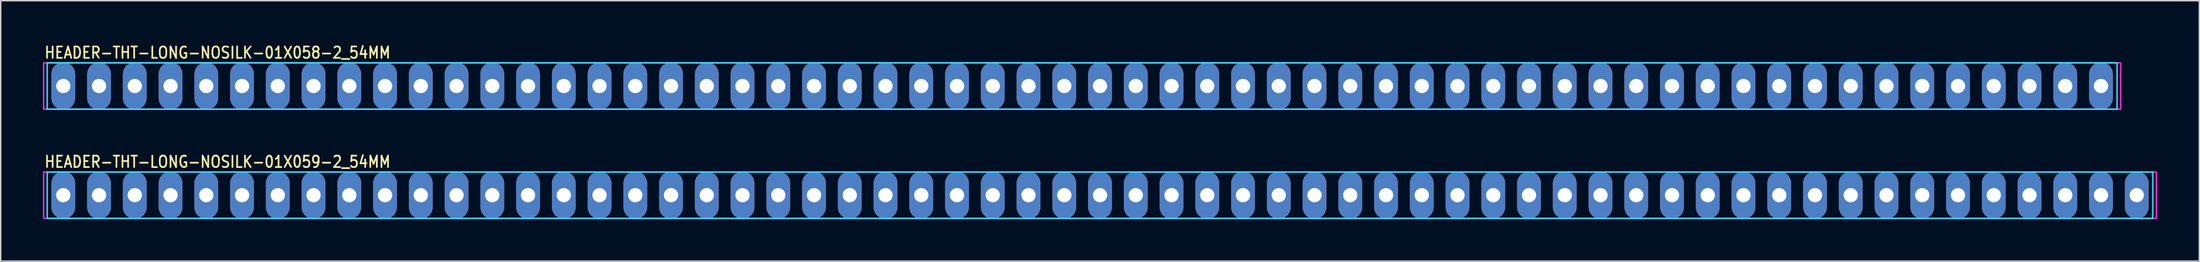
<source format=kicad_pcb>
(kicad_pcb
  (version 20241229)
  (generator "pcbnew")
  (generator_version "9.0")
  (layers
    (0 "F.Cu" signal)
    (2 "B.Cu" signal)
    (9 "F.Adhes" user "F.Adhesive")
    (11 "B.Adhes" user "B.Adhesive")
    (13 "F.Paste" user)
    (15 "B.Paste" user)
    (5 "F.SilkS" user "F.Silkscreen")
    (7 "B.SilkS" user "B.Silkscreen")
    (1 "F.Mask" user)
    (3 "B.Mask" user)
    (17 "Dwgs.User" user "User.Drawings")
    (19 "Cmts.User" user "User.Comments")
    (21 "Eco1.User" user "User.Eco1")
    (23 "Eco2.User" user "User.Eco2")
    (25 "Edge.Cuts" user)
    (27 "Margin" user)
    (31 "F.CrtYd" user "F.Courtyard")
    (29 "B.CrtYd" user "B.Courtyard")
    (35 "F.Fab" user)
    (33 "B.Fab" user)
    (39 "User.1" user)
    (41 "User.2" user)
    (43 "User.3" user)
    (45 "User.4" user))
  (footprint "HEADER-THT-LONG-NOSILK-01X059-2_54MM"
    (layer "F.Cu")
    (at 1.447 10.858)
    (property "Reference" "HEADER-THT-LONG-NOSILK-01X059-2_54MM" (at -1.4 -1.9 0) (unlocked yes) (layer "F.SilkS") (effects (font (size 0.813 0.695) (thickness 0.122)) (justify left bottom)))
    (fp_poly (pts (xy -1.143 -1.651) (xy 148.463 -1.651) (xy 148.463 1.651) (xy -1.143 1.651)) (stroke (width 0.1) (type solid)) (fill no) (layer "B.CrtYd"))
    (fp_poly (pts (xy -1.397 -1.651) (xy 148.717 -1.651) (xy 148.717 1.651) (xy -1.397 1.651)) (stroke (width 0.1) (type solid)) (fill no) (layer "F.CrtYd"))
    (pad "1" thru_hole oval (at 0 0 90) (size 3.387 1.693) (drill 1.016) (layers "*.Cu" "*.Mask"))
    (pad "2" thru_hole oval (at 2.54 0 90) (size 3.387 1.693) (drill 1.016) (layers "*.Cu" "*.Mask"))
    (pad "3" thru_hole oval (at 5.08 0 90) (size 3.387 1.693) (drill 1.016) (layers "*.Cu" "*.Mask"))
    (pad "4" thru_hole oval (at 7.62 0 90) (size 3.387 1.693) (drill 1.016) (layers "*.Cu" "*.Mask"))
    (pad "5" thru_hole oval (at 10.16 0 90) (size 3.387 1.693) (drill 1.016) (layers "*.Cu" "*.Mask"))
    (pad "6" thru_hole oval (at 12.7 0 90) (size 3.387 1.693) (drill 1.016) (layers "*.Cu" "*.Mask"))
    (pad "7" thru_hole oval (at 15.24 0 90) (size 3.387 1.693) (drill 1.016) (layers "*.Cu" "*.Mask"))
    (pad "8" thru_hole oval (at 17.78 0 90) (size 3.387 1.693) (drill 1.016) (layers "*.Cu" "*.Mask"))
    (pad "9" thru_hole oval (at 20.32 0 90) (size 3.387 1.693) (drill 1.016) (layers "*.Cu" "*.Mask"))
    (pad "10" thru_hole oval (at 22.86 0 90) (size 3.387 1.693) (drill 1.016) (layers "*.Cu" "*.Mask"))
    (pad "11" thru_hole oval (at 25.4 0 90) (size 3.387 1.693) (drill 1.016) (layers "*.Cu" "*.Mask"))
    (pad "12" thru_hole oval (at 27.94 0 90) (size 3.387 1.693) (drill 1.016) (layers "*.Cu" "*.Mask"))
    (pad "13" thru_hole oval (at 30.48 0 90) (size 3.387 1.693) (drill 1.016) (layers "*.Cu" "*.Mask"))
    (pad "14" thru_hole oval (at 33.02 0 90) (size 3.387 1.693) (drill 1.016) (layers "*.Cu" "*.Mask"))
    (pad "15" thru_hole oval (at 35.56 0 90) (size 3.387 1.693) (drill 1.016) (layers "*.Cu" "*.Mask"))
    (pad "16" thru_hole oval (at 38.1 0 90) (size 3.387 1.693) (drill 1.016) (layers "*.Cu" "*.Mask"))
    (pad "17" thru_hole oval (at 40.64 0 90) (size 3.387 1.693) (drill 1.016) (layers "*.Cu" "*.Mask"))
    (pad "18" thru_hole oval (at 43.18 0 90) (size 3.387 1.693) (drill 1.016) (layers "*.Cu" "*.Mask"))
    (pad "19" thru_hole oval (at 45.72 0 90) (size 3.387 1.693) (drill 1.016) (layers "*.Cu" "*.Mask"))
    (pad "20" thru_hole oval (at 48.26 0 90) (size 3.387 1.693) (drill 1.016) (layers "*.Cu" "*.Mask"))
    (pad "21" thru_hole oval (at 50.8 0 90) (size 3.387 1.693) (drill 1.016) (layers "*.Cu" "*.Mask"))
    (pad "22" thru_hole oval (at 53.34 0 90) (size 3.387 1.693) (drill 1.016) (layers "*.Cu" "*.Mask"))
    (pad "23" thru_hole oval (at 55.88 0 90) (size 3.387 1.693) (drill 1.016) (layers "*.Cu" "*.Mask"))
    (pad "24" thru_hole oval (at 58.42 0 90) (size 3.387 1.693) (drill 1.016) (layers "*.Cu" "*.Mask"))
    (pad "25" thru_hole oval (at 60.96 0 90) (size 3.387 1.693) (drill 1.016) (layers "*.Cu" "*.Mask"))
    (pad "26" thru_hole oval (at 63.5 0 90) (size 3.387 1.693) (drill 1.016) (layers "*.Cu" "*.Mask"))
    (pad "27" thru_hole oval (at 66.04 0 90) (size 3.387 1.693) (drill 1.016) (layers "*.Cu" "*.Mask"))
    (pad "28" thru_hole oval (at 68.58 0 90) (size 3.387 1.693) (drill 1.016) (layers "*.Cu" "*.Mask"))
    (pad "29" thru_hole oval (at 71.12 0 90) (size 3.387 1.693) (drill 1.016) (layers "*.Cu" "*.Mask"))
    (pad "30" thru_hole oval (at 73.66 0 90) (size 3.387 1.693) (drill 1.016) (layers "*.Cu" "*.Mask"))
    (pad "31" thru_hole oval (at 76.2 0 90) (size 3.387 1.693) (drill 1.016) (layers "*.Cu" "*.Mask"))
    (pad "32" thru_hole oval (at 78.74 0 90) (size 3.387 1.693) (drill 1.016) (layers "*.Cu" "*.Mask"))
    (pad "33" thru_hole oval (at 81.28 0 90) (size 3.387 1.693) (drill 1.016) (layers "*.Cu" "*.Mask"))
    (pad "34" thru_hole oval (at 83.82 0 90) (size 3.387 1.693) (drill 1.016) (layers "*.Cu" "*.Mask"))
    (pad "35" thru_hole oval (at 86.36 0 90) (size 3.387 1.693) (drill 1.016) (layers "*.Cu" "*.Mask"))
    (pad "36" thru_hole oval (at 88.9 0 90) (size 3.387 1.693) (drill 1.016) (layers "*.Cu" "*.Mask"))
    (pad "37" thru_hole oval (at 91.44 0 90) (size 3.387 1.693) (drill 1.016) (layers "*.Cu" "*.Mask"))
    (pad "38" thru_hole oval (at 93.98 0 90) (size 3.387 1.693) (drill 1.016) (layers "*.Cu" "*.Mask"))
    (pad "39" thru_hole oval (at 96.52 0 90) (size 3.387 1.693) (drill 1.016) (layers "*.Cu" "*.Mask"))
    (pad "40" thru_hole oval (at 99.06 0 90) (size 3.387 1.693) (drill 1.016) (layers "*.Cu" "*.Mask"))
    (pad "41" thru_hole oval (at 101.6 0 90) (size 3.387 1.693) (drill 1.016) (layers "*.Cu" "*.Mask"))
    (pad "42" thru_hole oval (at 104.14 0 90) (size 3.387 1.693) (drill 1.016) (layers "*.Cu" "*.Mask"))
    (pad "43" thru_hole oval (at 106.68 0 90) (size 3.387 1.693) (drill 1.016) (layers "*.Cu" "*.Mask"))
    (pad "44" thru_hole oval (at 109.22 0 90) (size 3.387 1.693) (drill 1.016) (layers "*.Cu" "*.Mask"))
    (pad "45" thru_hole oval (at 111.76 0 90) (size 3.387 1.693) (drill 1.016) (layers "*.Cu" "*.Mask"))
    (pad "46" thru_hole oval (at 114.3 0 90) (size 3.387 1.693) (drill 1.016) (layers "*.Cu" "*.Mask"))
    (pad "47" thru_hole oval (at 116.84 0 90) (size 3.387 1.693) (drill 1.016) (layers "*.Cu" "*.Mask"))
    (pad "48" thru_hole oval (at 119.38 0 90) (size 3.387 1.693) (drill 1.016) (layers "*.Cu" "*.Mask"))
    (pad "49" thru_hole oval (at 121.92 0 90) (size 3.387 1.693) (drill 1.016) (layers "*.Cu" "*.Mask"))
    (pad "50" thru_hole oval (at 124.46 0 90) (size 3.387 1.693) (drill 1.016) (layers "*.Cu" "*.Mask"))
    (pad "51" thru_hole oval (at 127 0 90) (size 3.387 1.693) (drill 1.016) (layers "*.Cu" "*.Mask"))
    (pad "52" thru_hole oval (at 129.54 0 90) (size 3.387 1.693) (drill 1.016) (layers "*.Cu" "*.Mask"))
    (pad "53" thru_hole oval (at 132.08 0 90) (size 3.387 1.693) (drill 1.016) (layers "*.Cu" "*.Mask"))
    (pad "54" thru_hole oval (at 134.62 0 90) (size 3.387 1.693) (drill 1.016) (layers "*.Cu" "*.Mask"))
    (pad "55" thru_hole oval (at 137.16 0 90) (size 3.387 1.693) (drill 1.016) (layers "*.Cu" "*.Mask"))
    (pad "56" thru_hole oval (at 139.7 0 90) (size 3.387 1.693) (drill 1.016) (layers "*.Cu" "*.Mask"))
    (pad "57" thru_hole oval (at 142.24 0 90) (size 3.387 1.693) (drill 1.016) (layers "*.Cu" "*.Mask"))
    (pad "58" thru_hole oval (at 144.78 0 90) (size 3.387 1.693) (drill 1.016) (layers "*.Cu" "*.Mask"))
    (pad "59" thru_hole oval (at 147.32 0 90) (size 3.387 1.693) (drill 1.016) (layers "*.Cu" "*.Mask")))
  (footprint "HEADER-THT-LONG-NOSILK-01X058-2_54MM"
    (layer "F.Cu")
    (at 1.447 3.079)
    (property "Reference" "HEADER-THT-LONG-NOSILK-01X058-2_54MM" (at -1.4 -1.9 0) (unlocked yes) (layer "F.SilkS") (effects (font (size 0.813 0.695) (thickness 0.122)) (justify left bottom)))
    (fp_poly (pts (xy -1.143 -1.651) (xy 145.923 -1.651) (xy 145.923 1.651) (xy -1.143 1.651)) (stroke (width 0.1) (type solid)) (fill no) (layer "B.CrtYd"))
    (fp_poly (pts (xy -1.397 -1.651) (xy 146.177 -1.651) (xy 146.177 1.651) (xy -1.397 1.651)) (stroke (width 0.1) (type solid)) (fill no) (layer "F.CrtYd"))
    (pad "1" thru_hole oval (at 0 0 90) (size 3.387 1.693) (drill 1.016) (layers "*.Cu" "*.Mask"))
    (pad "2" thru_hole oval (at 2.54 0 90) (size 3.387 1.693) (drill 1.016) (layers "*.Cu" "*.Mask"))
    (pad "3" thru_hole oval (at 5.08 0 90) (size 3.387 1.693) (drill 1.016) (layers "*.Cu" "*.Mask"))
    (pad "4" thru_hole oval (at 7.62 0 90) (size 3.387 1.693) (drill 1.016) (layers "*.Cu" "*.Mask"))
    (pad "5" thru_hole oval (at 10.16 0 90) (size 3.387 1.693) (drill 1.016) (layers "*.Cu" "*.Mask"))
    (pad "6" thru_hole oval (at 12.7 0 90) (size 3.387 1.693) (drill 1.016) (layers "*.Cu" "*.Mask"))
    (pad "7" thru_hole oval (at 15.24 0 90) (size 3.387 1.693) (drill 1.016) (layers "*.Cu" "*.Mask"))
    (pad "8" thru_hole oval (at 17.78 0 90) (size 3.387 1.693) (drill 1.016) (layers "*.Cu" "*.Mask"))
    (pad "9" thru_hole oval (at 20.32 0 90) (size 3.387 1.693) (drill 1.016) (layers "*.Cu" "*.Mask"))
    (pad "10" thru_hole oval (at 22.86 0 90) (size 3.387 1.693) (drill 1.016) (layers "*.Cu" "*.Mask"))
    (pad "11" thru_hole oval (at 25.4 0 90) (size 3.387 1.693) (drill 1.016) (layers "*.Cu" "*.Mask"))
    (pad "12" thru_hole oval (at 27.94 0 90) (size 3.387 1.693) (drill 1.016) (layers "*.Cu" "*.Mask"))
    (pad "13" thru_hole oval (at 30.48 0 90) (size 3.387 1.693) (drill 1.016) (layers "*.Cu" "*.Mask"))
    (pad "14" thru_hole oval (at 33.02 0 90) (size 3.387 1.693) (drill 1.016) (layers "*.Cu" "*.Mask"))
    (pad "15" thru_hole oval (at 35.56 0 90) (size 3.387 1.693) (drill 1.016) (layers "*.Cu" "*.Mask"))
    (pad "16" thru_hole oval (at 38.1 0 90) (size 3.387 1.693) (drill 1.016) (layers "*.Cu" "*.Mask"))
    (pad "17" thru_hole oval (at 40.64 0 90) (size 3.387 1.693) (drill 1.016) (layers "*.Cu" "*.Mask"))
    (pad "18" thru_hole oval (at 43.18 0 90) (size 3.387 1.693) (drill 1.016) (layers "*.Cu" "*.Mask"))
    (pad "19" thru_hole oval (at 45.72 0 90) (size 3.387 1.693) (drill 1.016) (layers "*.Cu" "*.Mask"))
    (pad "20" thru_hole oval (at 48.26 0 90) (size 3.387 1.693) (drill 1.016) (layers "*.Cu" "*.Mask"))
    (pad "21" thru_hole oval (at 50.8 0 90) (size 3.387 1.693) (drill 1.016) (layers "*.Cu" "*.Mask"))
    (pad "22" thru_hole oval (at 53.34 0 90) (size 3.387 1.693) (drill 1.016) (layers "*.Cu" "*.Mask"))
    (pad "23" thru_hole oval (at 55.88 0 90) (size 3.387 1.693) (drill 1.016) (layers "*.Cu" "*.Mask"))
    (pad "24" thru_hole oval (at 58.42 0 90) (size 3.387 1.693) (drill 1.016) (layers "*.Cu" "*.Mask"))
    (pad "25" thru_hole oval (at 60.96 0 90) (size 3.387 1.693) (drill 1.016) (layers "*.Cu" "*.Mask"))
    (pad "26" thru_hole oval (at 63.5 0 90) (size 3.387 1.693) (drill 1.016) (layers "*.Cu" "*.Mask"))
    (pad "27" thru_hole oval (at 66.04 0 90) (size 3.387 1.693) (drill 1.016) (layers "*.Cu" "*.Mask"))
    (pad "28" thru_hole oval (at 68.58 0 90) (size 3.387 1.693) (drill 1.016) (layers "*.Cu" "*.Mask"))
    (pad "29" thru_hole oval (at 71.12 0 90) (size 3.387 1.693) (drill 1.016) (layers "*.Cu" "*.Mask"))
    (pad "30" thru_hole oval (at 73.66 0 90) (size 3.387 1.693) (drill 1.016) (layers "*.Cu" "*.Mask"))
    (pad "31" thru_hole oval (at 76.2 0 90) (size 3.387 1.693) (drill 1.016) (layers "*.Cu" "*.Mask"))
    (pad "32" thru_hole oval (at 78.74 0 90) (size 3.387 1.693) (drill 1.016) (layers "*.Cu" "*.Mask"))
    (pad "33" thru_hole oval (at 81.28 0 90) (size 3.387 1.693) (drill 1.016) (layers "*.Cu" "*.Mask"))
    (pad "34" thru_hole oval (at 83.82 0 90) (size 3.387 1.693) (drill 1.016) (layers "*.Cu" "*.Mask"))
    (pad "35" thru_hole oval (at 86.36 0 90) (size 3.387 1.693) (drill 1.016) (layers "*.Cu" "*.Mask"))
    (pad "36" thru_hole oval (at 88.9 0 90) (size 3.387 1.693) (drill 1.016) (layers "*.Cu" "*.Mask"))
    (pad "37" thru_hole oval (at 91.44 0 90) (size 3.387 1.693) (drill 1.016) (layers "*.Cu" "*.Mask"))
    (pad "38" thru_hole oval (at 93.98 0 90) (size 3.387 1.693) (drill 1.016) (layers "*.Cu" "*.Mask"))
    (pad "39" thru_hole oval (at 96.52 0 90) (size 3.387 1.693) (drill 1.016) (layers "*.Cu" "*.Mask"))
    (pad "40" thru_hole oval (at 99.06 0 90) (size 3.387 1.693) (drill 1.016) (layers "*.Cu" "*.Mask"))
    (pad "41" thru_hole oval (at 101.6 0 90) (size 3.387 1.693) (drill 1.016) (layers "*.Cu" "*.Mask"))
    (pad "42" thru_hole oval (at 104.14 0 90) (size 3.387 1.693) (drill 1.016) (layers "*.Cu" "*.Mask"))
    (pad "43" thru_hole oval (at 106.68 0 90) (size 3.387 1.693) (drill 1.016) (layers "*.Cu" "*.Mask"))
    (pad "44" thru_hole oval (at 109.22 0 90) (size 3.387 1.693) (drill 1.016) (layers "*.Cu" "*.Mask"))
    (pad "45" thru_hole oval (at 111.76 0 90) (size 3.387 1.693) (drill 1.016) (layers "*.Cu" "*.Mask"))
    (pad "46" thru_hole oval (at 114.3 0 90) (size 3.387 1.693) (drill 1.016) (layers "*.Cu" "*.Mask"))
    (pad "47" thru_hole oval (at 116.84 0 90) (size 3.387 1.693) (drill 1.016) (layers "*.Cu" "*.Mask"))
    (pad "48" thru_hole oval (at 119.38 0 90) (size 3.387 1.693) (drill 1.016) (layers "*.Cu" "*.Mask"))
    (pad "49" thru_hole oval (at 121.92 0 90) (size 3.387 1.693) (drill 1.016) (layers "*.Cu" "*.Mask"))
    (pad "50" thru_hole oval (at 124.46 0 90) (size 3.387 1.693) (drill 1.016) (layers "*.Cu" "*.Mask"))
    (pad "51" thru_hole oval (at 127 0 90) (size 3.387 1.693) (drill 1.016) (layers "*.Cu" "*.Mask"))
    (pad "52" thru_hole oval (at 129.54 0 90) (size 3.387 1.693) (drill 1.016) (layers "*.Cu" "*.Mask"))
    (pad "53" thru_hole oval (at 132.08 0 90) (size 3.387 1.693) (drill 1.016) (layers "*.Cu" "*.Mask"))
    (pad "54" thru_hole oval (at 134.62 0 90) (size 3.387 1.693) (drill 1.016) (layers "*.Cu" "*.Mask"))
    (pad "55" thru_hole oval (at 137.16 0 90) (size 3.387 1.693) (drill 1.016) (layers "*.Cu" "*.Mask"))
    (pad "56" thru_hole oval (at 139.7 0 90) (size 3.387 1.693) (drill 1.016) (layers "*.Cu" "*.Mask"))
    (pad "57" thru_hole oval (at 142.24 0 90) (size 3.387 1.693) (drill 1.016) (layers "*.Cu" "*.Mask"))
    (pad "58" thru_hole oval (at 144.78 0 90) (size 3.387 1.693) (drill 1.016) (layers "*.Cu" "*.Mask")))
  (gr_rect
    (start -3 -3)
    (end 153.214 15.559)
    (stroke (width 0.1) (type default))
    (fill no)
    (layer "Edge.Cuts")))
</source>
